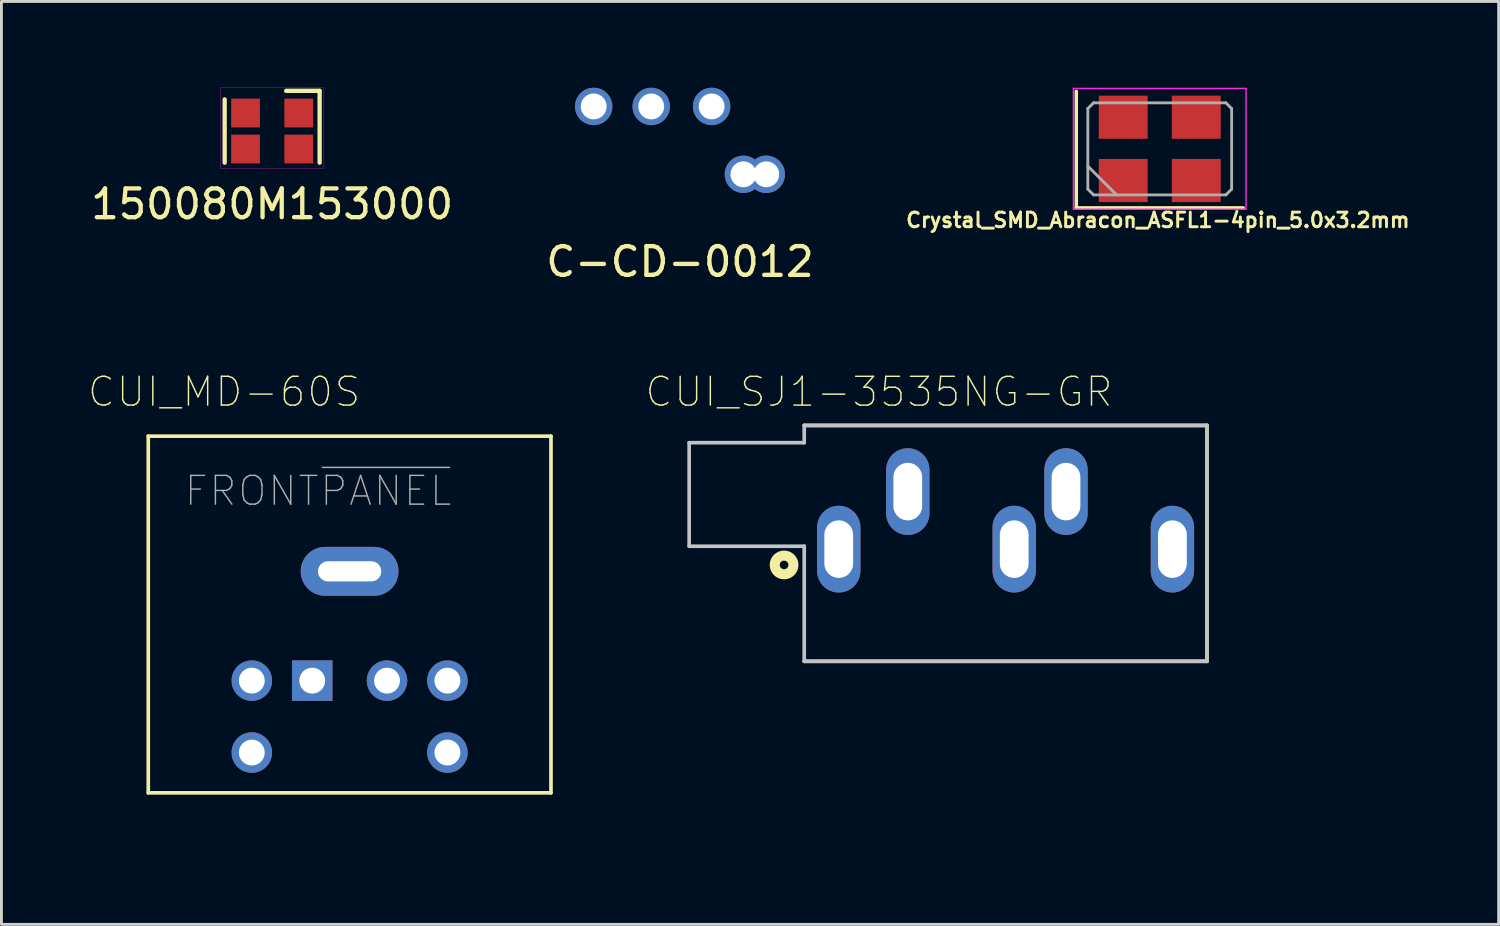
<source format=kicad_pcb>
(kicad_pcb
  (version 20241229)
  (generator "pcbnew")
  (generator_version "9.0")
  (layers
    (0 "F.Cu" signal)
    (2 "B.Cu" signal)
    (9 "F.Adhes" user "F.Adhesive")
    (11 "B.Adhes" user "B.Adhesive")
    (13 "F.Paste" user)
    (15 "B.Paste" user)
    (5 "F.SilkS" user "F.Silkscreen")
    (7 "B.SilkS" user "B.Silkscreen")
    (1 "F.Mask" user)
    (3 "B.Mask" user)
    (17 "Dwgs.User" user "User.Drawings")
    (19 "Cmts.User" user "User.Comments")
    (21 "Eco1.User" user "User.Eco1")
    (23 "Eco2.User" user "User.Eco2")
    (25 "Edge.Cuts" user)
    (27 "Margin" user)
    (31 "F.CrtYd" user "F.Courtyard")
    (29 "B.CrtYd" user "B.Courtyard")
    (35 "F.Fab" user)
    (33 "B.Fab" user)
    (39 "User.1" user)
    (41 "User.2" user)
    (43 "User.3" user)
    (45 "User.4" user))
  (footprint "Crystal_SMD_Abracon_ASFL1-4pin_5.0x3.2mm"
    (layer "F.Cu")
    (at 37.267 2.125)
    (property "Reference" "Crystal_SMD_Abracon_ASFL1-4pin_5.0x3.2mm" (at -0.064 2.477 0) (layer "F.SilkS") (effects (font (size 0.508 0.508) (thickness 0.102))))
    (attr smd)
    (fp_line (start -2.9 -2) (end -2.9 2.05) (stroke (width 0.12) (type solid)) (layer "F.SilkS"))
    (fp_line (start -2.9 2.05) (end 2.9 2.05) (stroke (width 0.12) (type solid)) (layer "F.SilkS"))
    (fp_line (start -3 -2.1) (end -3 2.1) (stroke (width 0.05) (type solid)) (layer "F.CrtYd"))
    (fp_line (start -3 2.1) (end 3 2.1) (stroke (width 0.05) (type solid)) (layer "F.CrtYd"))
    (fp_line (start 3 -2.1) (end -3 -2.1) (stroke (width 0.05) (type solid)) (layer "F.CrtYd"))
    (fp_line (start 3 2.1) (end 3 -2.1) (stroke (width 0.05) (type solid)) (layer "F.CrtYd"))
    (fp_line (start -2.5 -1.4) (end -2.3 -1.6) (stroke (width 0.1) (type solid)) (layer "F.Fab"))
    (fp_line (start -2.5 0.6) (end -1.5 1.6) (stroke (width 0.1) (type solid)) (layer "F.Fab"))
    (fp_line (start -2.5 1.4) (end -2.5 -1.4) (stroke (width 0.1) (type solid)) (layer "F.Fab"))
    (fp_line (start -2.3 -1.6) (end 2.3 -1.6) (stroke (width 0.1) (type solid)) (layer "F.Fab"))
    (fp_line (start -2.3 1.6) (end -2.5 1.4) (stroke (width 0.1) (type solid)) (layer "F.Fab"))
    (fp_line (start 2.3 -1.6) (end 2.5 -1.4) (stroke (width 0.1) (type solid)) (layer "F.Fab"))
    (fp_line (start 2.3 1.6) (end -2.3 1.6) (stroke (width 0.1) (type solid)) (layer "F.Fab"))
    (fp_line (start 2.5 -1.4) (end 2.5 1.4) (stroke (width 0.1) (type solid)) (layer "F.Fab"))
    (fp_line (start 2.5 1.4) (end 2.3 1.6) (stroke (width 0.1) (type solid)) (layer "F.Fab"))
    (pad "1" smd rect (at -1.27 1.1) (size 1.7 1.5) (layers "F.Cu" "F.Mask"))
    (pad "2" smd rect (at 1.27 1.1) (size 1.7 1.5) (layers "F.Cu" "F.Mask"))
    (pad "3" smd rect (at 1.27 -1.1) (size 1.7 1.5) (layers "F.Cu" "F.Mask"))
    (pad "4" smd rect (at -1.27 -1.1) (size 1.7 1.5) (layers "F.Cu" "F.Mask")))
  (footprint "CUI_SJ1-3535NG-GR"
    (layer "F.Cu")
    (at 26.108 16.04)
    (property "Reference" "CUI_SJ1-3535NG-GR" (at 1.399 -5.468 0) (layer "F.SilkS") (effects (font (size 1.001 1.001) (thickness 0.05))))
    (attr through_hole)
    (fp_line (start -1.2 -4.3) (end 12.8 -4.3) (stroke (width 0.127) (type solid)) (layer "F.SilkS"))
    (fp_line (start 12.8 -4.3) (end 12.8 3.9) (stroke (width 0.127) (type solid)) (layer "F.SilkS"))
    (fp_line (start 12.8 3.9) (end -1.2 3.9) (stroke (width 0.127) (type solid)) (layer "F.SilkS"))
    (fp_circle (center -1.9 0.55) (end -1.75 0.55) (stroke (width 0.35) (type solid)) (fill no) (layer "F.SilkS"))
    (fp_line (start -5.2 -3.7) (end -1.2 -3.7) (stroke (width 0.127) (type solid)) (layer "Dwgs.User"))
    (fp_line (start -5.2 -0.1) (end -5.2 -3.7) (stroke (width 0.127) (type solid)) (layer "Dwgs.User"))
    (fp_line (start -1.2 -4.3) (end 12.8 -4.3) (stroke (width 0.127) (type solid)) (layer "Dwgs.User"))
    (fp_line (start -1.2 -3.7) (end -1.2 -4.3) (stroke (width 0.127) (type solid)) (layer "Dwgs.User"))
    (fp_line (start -1.2 -0.1) (end -5.2 -0.1) (stroke (width 0.127) (type solid)) (layer "Dwgs.User"))
    (fp_line (start -1.2 3.9) (end -1.2 -0.1) (stroke (width 0.127) (type solid)) (layer "Dwgs.User"))
    (fp_line (start 12.8 -4.3) (end 12.8 3.9) (stroke (width 0.127) (type solid)) (layer "Dwgs.User"))
    (fp_line (start 12.8 3.9) (end -1.2 3.9) (stroke (width 0.127) (type solid)) (layer "Dwgs.User"))
    (fp_line (start -5.45 -3.95) (end -1.45 -3.95) (stroke (width 0.05) (type solid)) (layer "Eco1.User"))
    (fp_line (start -5.45 0.15) (end -5.45 -3.95) (stroke (width 0.05) (type solid)) (layer "Eco1.User"))
    (fp_line (start -1.45 -4.55) (end 13.05 -4.55) (stroke (width 0.05) (type solid)) (layer "Eco1.User"))
    (fp_line (start -1.45 -3.95) (end -1.45 -4.55) (stroke (width 0.05) (type solid)) (layer "Eco1.User"))
    (fp_line (start -1.45 0.15) (end -5.45 0.15) (stroke (width 0.05) (type solid)) (layer "Eco1.User"))
    (fp_line (start -1.45 4.15) (end -1.45 0.15) (stroke (width 0.05) (type solid)) (layer "Eco1.User"))
    (fp_line (start 13.05 -4.55) (end 13.05 4.15) (stroke (width 0.05) (type solid)) (layer "Eco1.User"))
    (fp_line (start 13.05 4.15) (end -1.45 4.15) (stroke (width 0.05) (type solid)) (layer "Eco1.User"))
    (pad "1" thru_hole oval (at 0 0 270) (size 3.016 1.508) (drill oval 2 1) (layers "*.Cu" "*.Mask"))
    (pad "2" thru_hole oval (at 2.4 -2 270) (size 3.016 1.508) (drill oval 2 1) (layers "*.Cu" "*.Mask"))
    (pad "3" thru_hole oval (at 7.9 -2 270) (size 3.016 1.508) (drill oval 2 1) (layers "*.Cu" "*.Mask"))
    (pad "4" thru_hole oval (at 11.6 0 270) (size 3.016 1.508) (drill oval 2 1) (layers "*.Cu" "*.Mask"))
    (pad "5" thru_hole oval (at 6.1 0 270) (size 3.016 1.508) (drill oval 2 1) (layers "*.Cu" "*.Mask")))
  (footprint "CUI_MD-60S"
    (layer "F.Cu")
    (at 9.104 18.312)
    (property "Reference" "CUI_MD-60S" (at -4.363 -7.741 0) (layer "F.SilkS") (effects (font (size 1.001 1.001) (thickness 0.05))))
    (attr through_hole)
    (fp_line (start -7 -6.2) (end 7 -6.2) (stroke (width 0.127) (type solid)) (layer "F.SilkS"))
    (fp_line (start -7 6.2) (end -7 -6.2) (stroke (width 0.127) (type solid)) (layer "F.SilkS"))
    (fp_line (start 7 -6.2) (end 7 6.2) (stroke (width 0.127) (type solid)) (layer "F.SilkS"))
    (fp_line (start 7 6.2) (end -7 6.2) (stroke (width 0.127) (type solid)) (layer "F.SilkS"))
    (fp_line (start -7.25 -6.45) (end 7.25 -6.45) (stroke (width 0.05) (type solid)) (layer "Eco1.User"))
    (fp_line (start -7.25 6.45) (end -7.25 -6.45) (stroke (width 0.05) (type solid)) (layer "Eco1.User"))
    (fp_line (start 7.25 -6.45) (end 7.25 6.45) (stroke (width 0.05) (type solid)) (layer "Eco1.User"))
    (fp_line (start 7.25 6.45) (end -7.25 6.45) (stroke (width 0.05) (type solid)) (layer "Eco1.User"))
    (fp_line (start -7 -4.7) (end 7 -4.7) (stroke (width 0.127) (type solid)) (layer "Eco2.User"))
    (fp_line (start -7 7.7) (end -7 -4.7) (stroke (width 0.127) (type solid)) (layer "Eco2.User"))
    (fp_line (start -4.529 2.573) (end 4.719 2.573) (stroke (width 0.152) (type solid)) (layer "Eco2.User"))
    (fp_line (start -4.529 7.645) (end -4.529 2.573) (stroke (width 0.152) (type solid)) (layer "Eco2.User"))
    (fp_line (start -1.448 -4.62) (end -1.448 -4.112) (stroke (width 0.152) (type solid)) (layer "Eco2.User"))
    (fp_line (start -1.448 -4.112) (end 1.448 -4.112) (stroke (width 0.152) (type solid)) (layer "Eco2.User"))
    (fp_line (start 1.448 -4.112) (end 1.448 -4.62) (stroke (width 0.152) (type solid)) (layer "Eco2.User"))
    (fp_line (start 4.719 2.573) (end 4.719 7.696) (stroke (width 0.152) (type solid)) (layer "Eco2.User"))
    (fp_line (start 4.719 7.696) (end 4.694 7.696) (stroke (width 0.152) (type solid)) (layer "Eco2.User"))
    (fp_line (start 7 -4.7) (end 7 7.7) (stroke (width 0.127) (type solid)) (layer "Eco2.User"))
    (fp_line (start 7 7.7) (end -7 7.7) (stroke (width 0.127) (type solid)) (layer "Eco2.User"))
    (fp_text user "FRONT~{PANEL}" (at -1.094 -4.296 0) (layer "F.Fab") (effects (font (size 1 1) (thickness 0.05))))
    (pad "1" thru_hole rect (at -1.3 2.3) (size 1.408 1.408) (drill 0.9) (layers "*.Cu" "*.Mask"))
    (pad "2" thru_hole circle (at 1.3 2.3) (size 1.408 1.408) (drill 0.9) (layers "*.Cu" "*.Mask"))
    (pad "3" thru_hole circle (at -3.4 2.3) (size 1.408 1.408) (drill 0.9) (layers "*.Cu" "*.Mask"))
    (pad "4" thru_hole circle (at 3.4 2.3) (size 1.408 1.408) (drill 0.9) (layers "*.Cu" "*.Mask"))
    (pad "5" thru_hole circle (at -3.4 4.8) (size 1.408 1.408) (drill 0.9) (layers "*.Cu" "*.Mask"))
    (pad "6" thru_hole circle (at 3.4 4.8) (size 1.408 1.408) (drill 0.9) (layers "*.Cu" "*.Mask"))
    (pad "S" thru_hole oval (at 0 -1.5) (size 3.4 1.7) (drill oval 2.2 0.7) (layers "*.Cu" "*.Mask")))
  (footprint "C-CD-0012"
    (layer "F.Cu")
    (at 20.589 5.55)
    (property "Reference" "C-CD-0012" (at 0 0.5 0) (layer "F.SilkS") (effects (font (size 1 1) (thickness 0.15))))
    (attr through_hole)
    (pad "1" thru_hole circle (at 2.205 -2.54) (size 1.3 1.3) (drill 0.9) (layers "*.Cu" "*.Mask"))
    (pad "2" thru_hole circle (at 3 -2.54) (size 1.3 1.3) (drill 0.9) (layers "*.Cu" "*.Mask"))
    (pad "3" thru_hole circle (at 1.1 -4.9) (size 1.3 1.3) (drill 0.9) (layers "*.Cu" "*.Mask"))
    (pad "4" thru_hole circle (at -1 -4.9) (size 1.3 1.3) (drill 0.9) (layers "*.Cu" "*.Mask"))
    (pad "5" thru_hole circle (at -3 -4.9) (size 1.3 1.3) (drill 0.9) (layers "*.Cu" "*.Mask")))
  (footprint "150080M153000"
    (layer "F.Cu")
    (at 6.411 1.505)
    (property "Reference" "150080M153000" (at 0 2.54 0) (layer "F.SilkS") (effects (font (size 1 1) (thickness 0.15))))
    (attr through_hole)
    (fp_line (start -1.651 -1.1) (end -1.651 1.1) (stroke (width 0.15) (type solid)) (layer "F.SilkS"))
    (fp_line (start 1.651 -1.397) (end 0.487 -1.397) (stroke (width 0.15) (type solid)) (layer "F.SilkS"))
    (fp_line (start 1.651 1.1) (end 1.651 -1.397) (stroke (width 0.15) (type solid)) (layer "F.SilkS"))
    (fp_line (start -1.8 -1.5) (end -1.8 1.3) (stroke (width 0.01) (type solid)) (layer "F.CrtYd"))
    (fp_line (start -1.8 1.3) (end 1.8 1.3) (stroke (width 0.01) (type solid)) (layer "F.CrtYd"))
    (fp_line (start 1.8 -1.5) (end -1.8 -1.5) (stroke (width 0.01) (type solid)) (layer "F.CrtYd"))
    (fp_line (start 1.8 1.3) (end 1.8 -1.5) (stroke (width 0.01) (type solid)) (layer "F.CrtYd"))
    (pad "1" smd rect (at 0.925 -0.625) (size 1 1) (layers "F.Cu" "F.Mask" "F.Paste"))
    (pad "2" smd rect (at 0.925 0.625) (size 1 1) (layers "F.Cu" "F.Mask" "F.Paste"))
    (pad "3" smd rect (at -0.925 0.625) (size 1 1) (layers "F.Cu" "F.Mask" "F.Paste"))
    (pad "4" smd rect (at -0.925 -0.625) (size 1 1) (layers "F.Cu" "F.Mask" "F.Paste")))
  (gr_rect
    (start -3 -3)
    (end 49.05 29.085)
    (stroke (width 0.1) (type default))
    (fill no)
    (layer "Edge.Cuts")))
</source>
